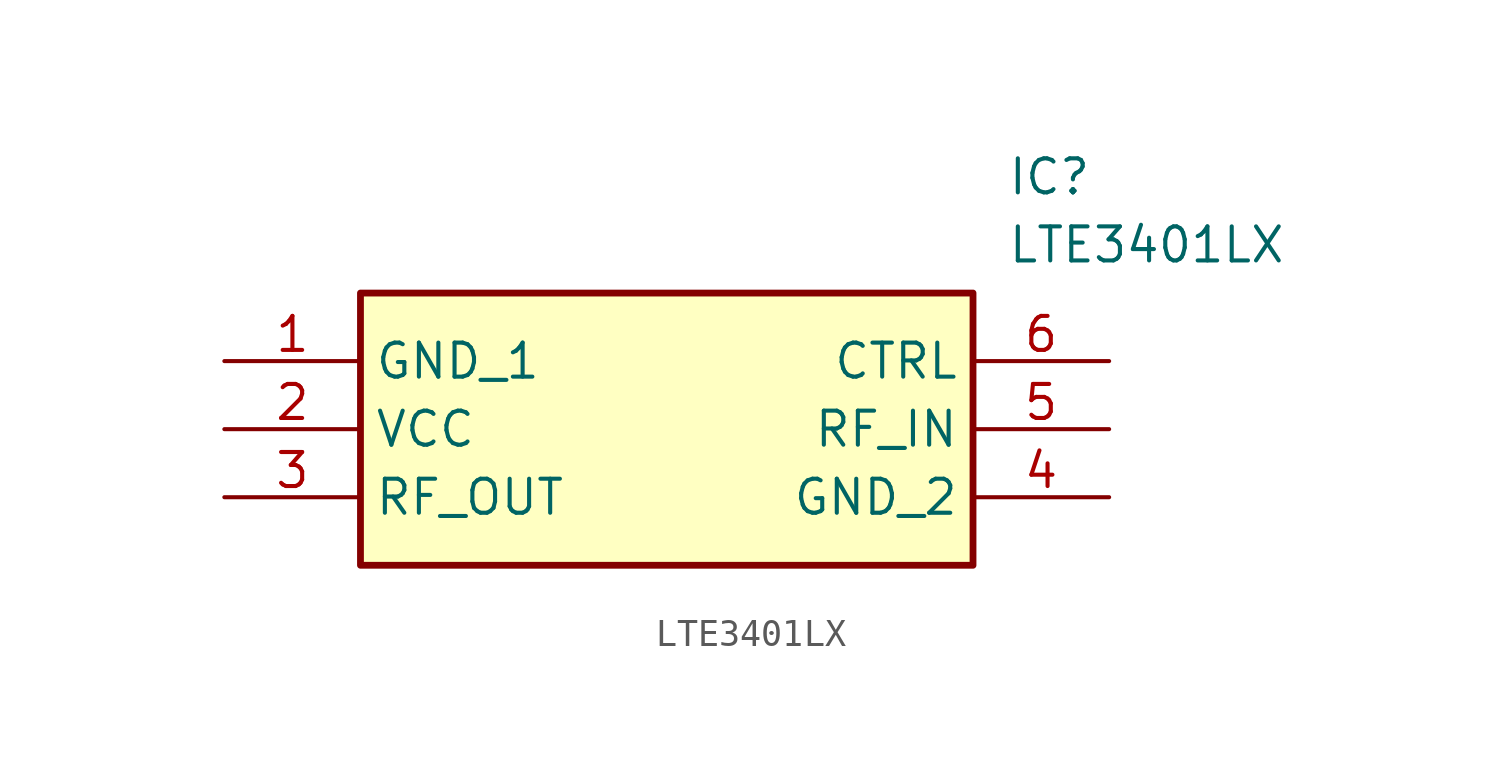
<source format=kicad_sym>
(kicad_symbol_lib
  (version 20211014)
  (generator SamacSys_ECAD_Model)
  (symbol "LTE3401LX"
    (property "Reference" "IC"
      (at 29.21 7.62 0)
      (effects (font (size 1.27 1.27)) (justify left top)))
    (property "Value" "LTE3401LX"
      (at 29.21 5.08 0)
      (effects (font (size 1.27 1.27)) (justify left top)))
    (rectangle
      (start 5.08 2.54)
      (end 27.94 -7.62)
      (stroke (width 0.254) (type default))
      (fill (type background)))
    (pin passive line
      (at 0 0 0)
      (length 5.08)
      (name "GND_1" (effects (font (size 1.27 1.27))))
      (number "1" (effects (font (size 1.27 1.27)))))
    (pin passive line
      (at 0 -2.54 0)
      (length 5.08)
      (name "VCC" (effects (font (size 1.27 1.27))))
      (number "2" (effects (font (size 1.27 1.27)))))
    (pin passive line
      (at 0 -5.08 0)
      (length 5.08)
      (name "RF_OUT" (effects (font (size 1.27 1.27))))
      (number "3" (effects (font (size 1.27 1.27)))))
    (pin passive line
      (at 33.02 -5.08 180)
      (length 5.08)
      (name "GND_2" (effects (font (size 1.27 1.27))))
      (number "4" (effects (font (size 1.27 1.27)))))
    (pin passive line
      (at 33.02 -2.54 180)
      (length 5.08)
      (name "RF_IN" (effects (font (size 1.27 1.27))))
      (number "5" (effects (font (size 1.27 1.27)))))
    (pin passive line
      (at 33.02 0 180)
      (length 5.08)
      (name "CTRL" (effects (font (size 1.27 1.27))))
      (number "6" (effects (font (size 1.27 1.27)))))))
</source>
